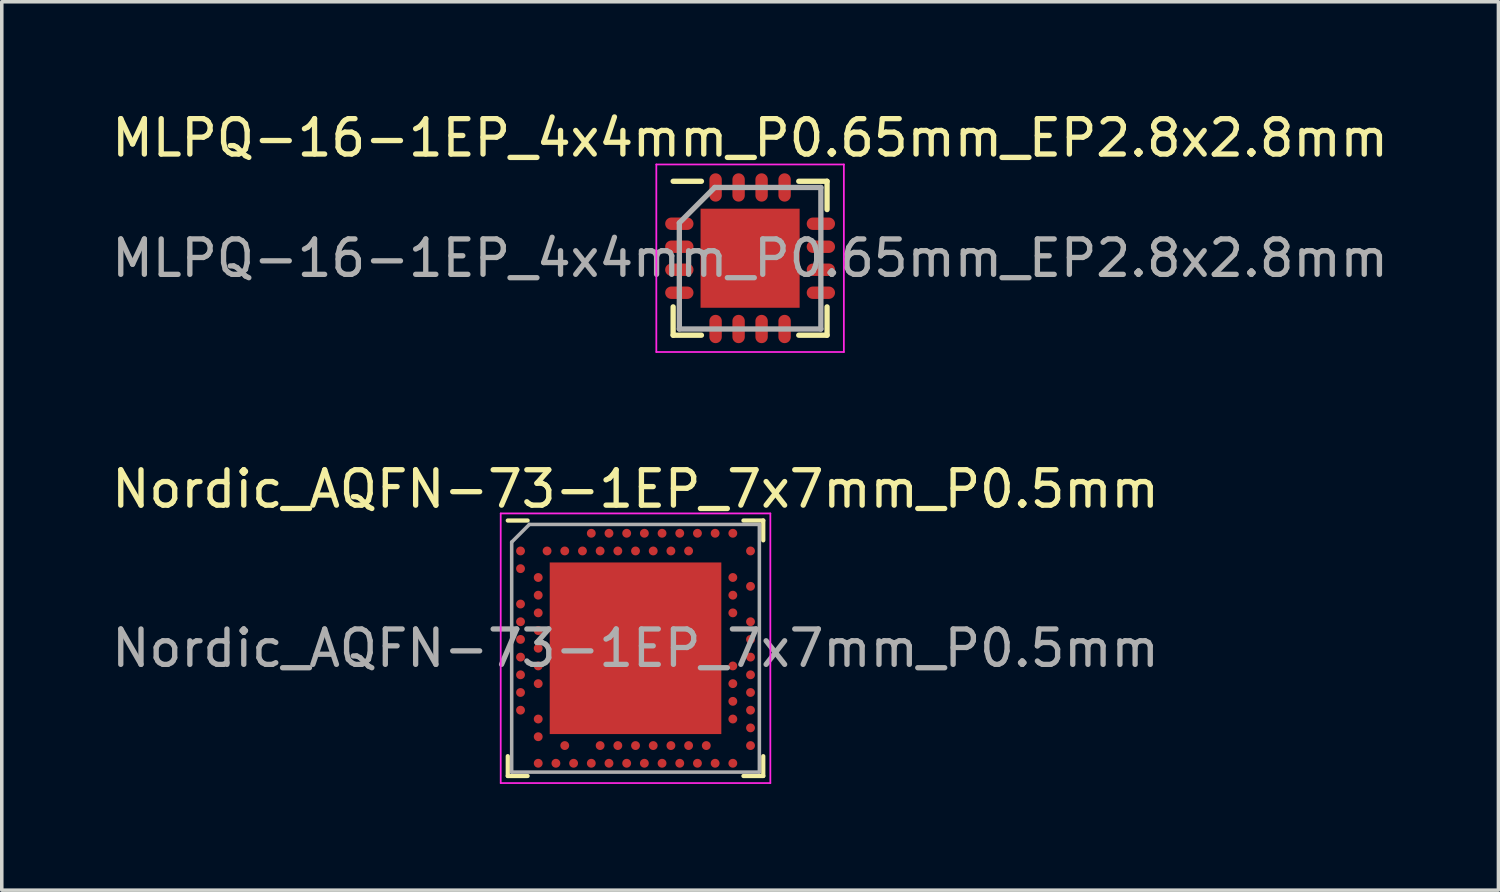
<source format=kicad_pcb>
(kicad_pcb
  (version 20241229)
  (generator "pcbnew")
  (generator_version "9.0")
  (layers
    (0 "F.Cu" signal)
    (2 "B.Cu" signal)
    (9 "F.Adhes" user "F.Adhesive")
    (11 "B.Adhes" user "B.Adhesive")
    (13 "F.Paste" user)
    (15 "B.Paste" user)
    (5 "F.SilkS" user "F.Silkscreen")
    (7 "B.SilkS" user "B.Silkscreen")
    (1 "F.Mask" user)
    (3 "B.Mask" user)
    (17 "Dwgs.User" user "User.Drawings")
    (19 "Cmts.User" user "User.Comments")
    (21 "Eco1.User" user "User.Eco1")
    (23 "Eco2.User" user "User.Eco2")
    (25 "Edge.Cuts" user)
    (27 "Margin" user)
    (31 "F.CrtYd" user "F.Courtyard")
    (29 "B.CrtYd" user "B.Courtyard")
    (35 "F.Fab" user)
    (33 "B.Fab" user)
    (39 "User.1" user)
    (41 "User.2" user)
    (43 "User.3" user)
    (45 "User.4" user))
  (footprint "MLPQ-16-1EP_4x4mm_P0.65mm_EP2.8x2.8mm"
    (layer "F.Cu")
    (at 18.149 4.248)
    (property "Reference" "MLPQ-16-1EP_4x4mm_P0.65mm_EP2.8x2.8mm" (at 0 -3.4 0) (layer "F.SilkS") (effects (font (size 1 1) (thickness 0.15))))
    (attr smd)
    (fp_line (start -2.175 -2.175) (end -1.375 -2.175) (stroke (width 0.15) (type solid)) (layer "F.SilkS"))
    (fp_line (start -2.175 2.175) (end -2.175 1.375) (stroke (width 0.15) (type solid)) (layer "F.SilkS"))
    (fp_line (start -2.175 2.175) (end -1.375 2.175) (stroke (width 0.15) (type solid)) (layer "F.SilkS"))
    (fp_line (start 2.175 -2.175) (end 1.375 -2.175) (stroke (width 0.15) (type solid)) (layer "F.SilkS"))
    (fp_line (start 2.175 -2.175) (end 2.175 -1.375) (stroke (width 0.15) (type solid)) (layer "F.SilkS"))
    (fp_line (start 2.175 2.175) (end 1.375 2.175) (stroke (width 0.15) (type solid)) (layer "F.SilkS"))
    (fp_line (start 2.175 2.175) (end 2.175 1.375) (stroke (width 0.15) (type solid)) (layer "F.SilkS"))
    (fp_line (start -2.65 -2.65) (end -2.65 2.65) (stroke (width 0.05) (type solid)) (layer "F.CrtYd"))
    (fp_line (start -2.65 -2.65) (end 2.65 -2.65) (stroke (width 0.05) (type solid)) (layer "F.CrtYd"))
    (fp_line (start -2.65 2.65) (end 2.65 2.65) (stroke (width 0.05) (type solid)) (layer "F.CrtYd"))
    (fp_line (start 2.65 -2.65) (end 2.65 2.65) (stroke (width 0.05) (type solid)) (layer "F.CrtYd"))
    (fp_line (start -2 -1) (end -1 -2) (stroke (width 0.15) (type solid)) (layer "F.Fab"))
    (fp_line (start -2 2) (end -2 -1) (stroke (width 0.15) (type solid)) (layer "F.Fab"))
    (fp_line (start -1 -2) (end 2 -2) (stroke (width 0.15) (type solid)) (layer "F.Fab"))
    (fp_line (start 2 -2) (end 2 2) (stroke (width 0.15) (type solid)) (layer "F.Fab"))
    (fp_line (start 2 2) (end -2 2) (stroke (width 0.15) (type solid)) (layer "F.Fab"))
    (fp_text user "${REFERENCE}" (at 0 0 0) (layer "F.Fab") (effects (font (size 1 1) (thickness 0.15))))
    (pad "" smd rect (at -0.7 -0.7) (size 1.13 1.13) (layers "F.Paste"))
    (pad "" smd rect (at -0.7 0.7) (size 1.13 1.13) (layers "F.Paste"))
    (pad "" smd rect (at 0.7 -0.7) (size 1.13 1.13) (layers "F.Paste"))
    (pad "" smd rect (at 0.7 0.7) (size 1.13 1.13) (layers "F.Paste"))
    (pad "1" smd oval (at -2 -0.975) (size 0.8 0.35) (layers "F.Cu" "F.Mask" "F.Paste"))
    (pad "2" smd oval (at -2 -0.325) (size 0.8 0.35) (layers "F.Cu" "F.Mask" "F.Paste"))
    (pad "3" smd oval (at -2 0.325) (size 0.8 0.35) (layers "F.Cu" "F.Mask" "F.Paste"))
    (pad "4" smd oval (at -2 0.975) (size 0.8 0.35) (layers "F.Cu" "F.Mask" "F.Paste"))
    (pad "5" smd oval (at -0.975 2 90) (size 0.8 0.35) (layers "F.Cu" "F.Mask" "F.Paste"))
    (pad "6" smd oval (at -0.325 2 90) (size 0.8 0.35) (layers "F.Cu" "F.Mask" "F.Paste"))
    (pad "7" smd oval (at 0.325 2 90) (size 0.8 0.35) (layers "F.Cu" "F.Mask" "F.Paste"))
    (pad "8" smd oval (at 0.975 2 90) (size 0.8 0.35) (layers "F.Cu" "F.Mask" "F.Paste"))
    (pad "9" smd oval (at 2 0.975) (size 0.8 0.35) (layers "F.Cu" "F.Mask" "F.Paste"))
    (pad "10" smd oval (at 2 0.325) (size 0.8 0.35) (layers "F.Cu" "F.Mask" "F.Paste"))
    (pad "11" smd oval (at 2 -0.325) (size 0.8 0.35) (layers "F.Cu" "F.Mask" "F.Paste"))
    (pad "12" smd oval (at 2 -0.975) (size 0.8 0.35) (layers "F.Cu" "F.Mask" "F.Paste"))
    (pad "13" smd oval (at 0.975 -2 90) (size 0.8 0.35) (layers "F.Cu" "F.Mask" "F.Paste"))
    (pad "14" smd oval (at 0.325 -2 90) (size 0.8 0.35) (layers "F.Cu" "F.Mask" "F.Paste"))
    (pad "15" smd oval (at -0.325 -2 90) (size 0.8 0.35) (layers "F.Cu" "F.Mask" "F.Paste"))
    (pad "16" smd oval (at -0.975 -2 90) (size 0.8 0.35) (layers "F.Cu" "F.Mask" "F.Paste"))
    (pad "17" smd rect (at 0 0) (size 2.8 2.8) (layers "F.Cu" "F.Mask")))
  (footprint "Nordic_AQFN-73-1EP_7x7mm_P0.5mm"
    (layer "F.Cu")
    (at 14.911 15.271)
    (property "Reference" "Nordic_AQFN-73-1EP_7x7mm_P0.5mm" (at 0 -4.5 0) (layer "F.SilkS") (effects (font (size 1 1) (thickness 0.15))))
    (attr smd)
    (fp_line (start -3.61 -3.61) (end -3.05 -3.61) (stroke (width 0.12) (type solid)) (layer "F.SilkS"))
    (fp_line (start -3.61 3.61) (end -3.61 3.05) (stroke (width 0.12) (type solid)) (layer "F.SilkS"))
    (fp_line (start -3.61 3.61) (end -3.05 3.61) (stroke (width 0.12) (type solid)) (layer "F.SilkS"))
    (fp_line (start 3.61 -3.61) (end 3.05 -3.61) (stroke (width 0.12) (type solid)) (layer "F.SilkS"))
    (fp_line (start 3.61 -3.61) (end 3.61 -3.05) (stroke (width 0.12) (type solid)) (layer "F.SilkS"))
    (fp_line (start 3.61 3.61) (end 3.05 3.61) (stroke (width 0.12) (type solid)) (layer "F.SilkS"))
    (fp_line (start 3.61 3.61) (end 3.61 3.05) (stroke (width 0.12) (type solid)) (layer "F.SilkS"))
    (fp_line (start -3.81 -3.81) (end 3.81 -3.81) (stroke (width 0.05) (type solid)) (layer "F.CrtYd"))
    (fp_line (start -3.81 3.81) (end -3.81 -3.81) (stroke (width 0.05) (type solid)) (layer "F.CrtYd"))
    (fp_line (start 3.81 -3.81) (end 3.81 3.81) (stroke (width 0.05) (type solid)) (layer "F.CrtYd"))
    (fp_line (start 3.81 3.81) (end -3.81 3.81) (stroke (width 0.05) (type solid)) (layer "F.CrtYd"))
    (fp_line (start -3.5 -3) (end -3.5 3.5) (stroke (width 0.1) (type solid)) (layer "F.Fab"))
    (fp_line (start -3.5 -3) (end -3 -3.5) (stroke (width 0.1) (type solid)) (layer "F.Fab"))
    (fp_line (start -3.5 3.5) (end 3.5 3.5) (stroke (width 0.1) (type solid)) (layer "F.Fab"))
    (fp_line (start -3 -3.5) (end 3.5 -3.5) (stroke (width 0.1) (type solid)) (layer "F.Fab"))
    (fp_line (start 3.5 -3.5) (end 3.5 3.5) (stroke (width 0.1) (type solid)) (layer "F.Fab"))
    (fp_text user "${REFERENCE}" (at 0 0 0) (layer "F.Fab") (effects (font (size 1 1) (thickness 0.15))))
    (pad "" smd rect (at -1.212 -1.212 180) (size 2 2) (layers "F.Paste"))
    (pad "" smd rect (at -1.212 1.212 180) (size 2 2) (layers "F.Paste"))
    (pad "" smd rect (at 1.212 -1.212 180) (size 2 2) (layers "F.Paste"))
    (pad "" smd rect (at 1.212 1.212 180) (size 2 2) (layers "F.Paste"))
    (pad "A8" smd circle (at -1.25 -3.25 180) (size 0.25 0.25) (layers "F.Cu" "F.Mask" "F.Paste"))
    (pad "A10" smd circle (at -0.75 -3.25 180) (size 0.25 0.25) (layers "F.Cu" "F.Mask" "F.Paste"))
    (pad "A12" smd circle (at -0.25 -3.25 180) (size 0.25 0.25) (layers "F.Cu" "F.Mask" "F.Paste"))
    (pad "A14" smd circle (at 0.25 -3.25 180) (size 0.25 0.25) (layers "F.Cu" "F.Mask" "F.Paste"))
    (pad "A16" smd circle (at 0.75 -3.25 180) (size 0.25 0.25) (layers "F.Cu" "F.Mask" "F.Paste"))
    (pad "A18" smd circle (at 1.25 -3.25 180) (size 0.25 0.25) (layers "F.Cu" "F.Mask" "F.Paste"))
    (pad "A20" smd circle (at 1.75 -3.25 180) (size 0.25 0.25) (layers "F.Cu" "F.Mask" "F.Paste"))
    (pad "A22" smd circle (at 2.25 -3.25 180) (size 0.25 0.25) (layers "F.Cu" "F.Mask" "F.Paste"))
    (pad "A23" smd circle (at 2.75 -3.25 180) (size 0.25 0.25) (layers "F.Cu" "F.Mask" "F.Paste"))
    (pad "AA24" smd circle (at 3.25 2.25 180) (size 0.25 0.25) (layers "F.Cu" "F.Mask" "F.Paste"))
    (pad "AB2" smd circle (at -2.75 2.5 180) (size 0.25 0.25) (layers "F.Cu" "F.Mask" "F.Paste"))
    (pad "AC5" smd circle (at -2 2.75 180) (size 0.25 0.25) (layers "F.Cu" "F.Mask" "F.Paste"))
    (pad "AC9" smd circle (at -1 2.75 180) (size 0.25 0.25) (layers "F.Cu" "F.Mask" "F.Paste"))
    (pad "AC11" smd circle (at -0.5 2.75 180) (size 0.25 0.25) (layers "F.Cu" "F.Mask" "F.Paste"))
    (pad "AC13" smd circle (at 0 2.75 180) (size 0.25 0.25) (layers "F.Cu" "F.Mask" "F.Paste"))
    (pad "AC15" smd circle (at 0.5 2.75 180) (size 0.25 0.25) (layers "F.Cu" "F.Mask" "F.Paste"))
    (pad "AC17" smd circle (at 1 2.75 180) (size 0.25 0.25) (layers "F.Cu" "F.Mask" "F.Paste"))
    (pad "AC19" smd circle (at 1.5 2.75 180) (size 0.25 0.25) (layers "F.Cu" "F.Mask" "F.Paste"))
    (pad "AC21" smd circle (at 2 2.75 180) (size 0.25 0.25) (layers "F.Cu" "F.Mask" "F.Paste"))
    (pad "AC24" smd circle (at 3.25 2.75 180) (size 0.25 0.25) (layers "F.Cu" "F.Mask" "F.Paste"))
    (pad "AD2" smd circle (at -2.75 3.25 180) (size 0.25 0.25) (layers "F.Cu" "F.Mask" "F.Paste"))
    (pad "AD4" smd circle (at -2.25 3.25 180) (size 0.25 0.25) (layers "F.Cu" "F.Mask" "F.Paste"))
    (pad "AD6" smd circle (at -1.75 3.25 180) (size 0.25 0.25) (layers "F.Cu" "F.Mask" "F.Paste"))
    (pad "AD8" smd circle (at -1.25 3.25 180) (size 0.25 0.25) (layers "F.Cu" "F.Mask" "F.Paste"))
    (pad "AD10" smd circle (at -0.75 3.25 180) (size 0.25 0.25) (layers "F.Cu" "F.Mask" "F.Paste"))
    (pad "AD12" smd circle (at -0.25 3.25 180) (size 0.25 0.25) (layers "F.Cu" "F.Mask" "F.Paste"))
    (pad "AD14" smd circle (at 0.25 3.25 180) (size 0.25 0.25) (layers "F.Cu" "F.Mask" "F.Paste"))
    (pad "AD16" smd circle (at 0.75 3.25 180) (size 0.25 0.25) (layers "F.Cu" "F.Mask" "F.Paste"))
    (pad "AD18" smd circle (at 1.25 3.25 180) (size 0.25 0.25) (layers "F.Cu" "F.Mask" "F.Paste"))
    (pad "AD20" smd circle (at 1.75 3.25 180) (size 0.25 0.25) (layers "F.Cu" "F.Mask" "F.Paste"))
    (pad "AD22" smd circle (at 2.25 3.25 180) (size 0.25 0.25) (layers "F.Cu" "F.Mask" "F.Paste"))
    (pad "AD23" smd circle (at 2.75 3.25 180) (size 0.25 0.25) (layers "F.Cu" "F.Mask" "F.Paste"))
    (pad "B1" smd circle (at -3.25 -2.75 180) (size 0.25 0.25) (layers "F.Cu" "F.Mask" "F.Paste"))
    (pad "B3" smd circle (at -2.5 -2.75 180) (size 0.25 0.25) (layers "F.Cu" "F.Mask" "F.Paste"))
    (pad "B5" smd circle (at -2 -2.75 180) (size 0.25 0.25) (layers "F.Cu" "F.Mask" "F.Paste"))
    (pad "B7" smd circle (at -1.5 -2.75 180) (size 0.25 0.25) (layers "F.Cu" "F.Mask" "F.Paste"))
    (pad "B9" smd circle (at -1 -2.75 180) (size 0.25 0.25) (layers "F.Cu" "F.Mask" "F.Paste"))
    (pad "B11" smd circle (at -0.5 -2.75 180) (size 0.25 0.25) (layers "F.Cu" "F.Mask" "F.Paste"))
    (pad "B13" smd circle (at 0 -2.75 180) (size 0.25 0.25) (layers "F.Cu" "F.Mask" "F.Paste"))
    (pad "B15" smd circle (at 0.5 -2.75 180) (size 0.25 0.25) (layers "F.Cu" "F.Mask" "F.Paste"))
    (pad "B17" smd circle (at 1 -2.75 180) (size 0.25 0.25) (layers "F.Cu" "F.Mask" "F.Paste"))
    (pad "B19" smd circle (at 1.5 -2.75 180) (size 0.25 0.25) (layers "F.Cu" "F.Mask" "F.Paste"))
    (pad "B24" smd circle (at 3.25 -2.75 180) (size 0.25 0.25) (layers "F.Cu" "F.Mask" "F.Paste"))
    (pad "C1" smd circle (at -3.25 -2.25 180) (size 0.25 0.25) (layers "F.Cu" "F.Mask" "F.Paste"))
    (pad "D2" smd circle (at -2.75 -2 180) (size 0.25 0.25) (layers "F.Cu" "F.Mask" "F.Paste"))
    (pad "D23" smd circle (at 2.75 -2 180) (size 0.25 0.25) (layers "F.Cu" "F.Mask" "F.Paste"))
    (pad "E24" smd circle (at 3.25 -1.75 180) (size 0.25 0.25) (layers "F.Cu" "F.Mask" "F.Paste"))
    (pad "EP" smd rect (at 0 0 180) (size 4.85 4.85) (layers "F.Cu" "F.Mask"))
    (pad "F2" smd circle (at -2.75 -1.5 180) (size 0.25 0.25) (layers "F.Cu" "F.Mask" "F.Paste"))
    (pad "F23" smd circle (at 2.75 -1.5 180) (size 0.25 0.25) (layers "F.Cu" "F.Mask" "F.Paste"))
    (pad "G1" smd circle (at -3.25 -1.25 180) (size 0.25 0.25) (layers "F.Cu" "F.Mask" "F.Paste"))
    (pad "H2" smd circle (at -2.75 -1 180) (size 0.25 0.25) (layers "F.Cu" "F.Mask" "F.Paste"))
    (pad "H23" smd circle (at 2.75 -1 180) (size 0.25 0.25) (layers "F.Cu" "F.Mask" "F.Paste"))
    (pad "J1" smd circle (at -3.25 -0.75 180) (size 0.25 0.25) (layers "F.Cu" "F.Mask" "F.Paste"))
    (pad "J24" smd circle (at 3.25 -0.75 180) (size 0.25 0.25) (layers "F.Cu" "F.Mask" "F.Paste"))
    (pad "K2" smd circle (at -2.75 -0.5 180) (size 0.25 0.25) (layers "F.Cu" "F.Mask" "F.Paste"))
    (pad "L1" smd circle (at -3.25 -0.25 180) (size 0.25 0.25) (layers "F.Cu" "F.Mask" "F.Paste"))
    (pad "L24" smd circle (at 3.25 -0.25 180) (size 0.25 0.25) (layers "F.Cu" "F.Mask" "F.Paste"))
    (pad "M2" smd circle (at -2.75 0 180) (size 0.25 0.25) (layers "F.Cu" "F.Mask" "F.Paste"))
    (pad "N1" smd circle (at -3.25 0.25 180) (size 0.25 0.25) (layers "F.Cu" "F.Mask" "F.Paste"))
    (pad "N24" smd circle (at 3.25 0.25 180) (size 0.25 0.25) (layers "F.Cu" "F.Mask" "F.Paste"))
    (pad "P2" smd circle (at -2.75 0.5 180) (size 0.25 0.25) (layers "F.Cu" "F.Mask" "F.Paste"))
    (pad "P23" smd circle (at 2.75 0.5 180) (size 0.25 0.25) (layers "F.Cu" "F.Mask" "F.Paste"))
    (pad "R1" smd circle (at -3.25 0.75 180) (size 0.25 0.25) (layers "F.Cu" "F.Mask" "F.Paste"))
    (pad "R24" smd circle (at 3.25 0.75 180) (size 0.25 0.25) (layers "F.Cu" "F.Mask" "F.Paste"))
    (pad "T2" smd circle (at -2.75 1 180) (size 0.25 0.25) (layers "F.Cu" "F.Mask" "F.Paste"))
    (pad "T23" smd circle (at 2.75 1 180) (size 0.25 0.25) (layers "F.Cu" "F.Mask" "F.Paste"))
    (pad "U1" smd circle (at -3.25 1.25 180) (size 0.25 0.25) (layers "F.Cu" "F.Mask" "F.Paste"))
    (pad "U24" smd circle (at 3.25 1.25 180) (size 0.25 0.25) (layers "F.Cu" "F.Mask" "F.Paste"))
    (pad "V23" smd circle (at 2.75 1.5 180) (size 0.25 0.25) (layers "F.Cu" "F.Mask" "F.Paste"))
    (pad "W1" smd circle (at -3.25 1.75 180) (size 0.25 0.25) (layers "F.Cu" "F.Mask" "F.Paste"))
    (pad "W24" smd circle (at 3.25 1.75 180) (size 0.25 0.25) (layers "F.Cu" "F.Mask" "F.Paste"))
    (pad "Y2" smd circle (at -2.75 2 180) (size 0.25 0.25) (layers "F.Cu" "F.Mask" "F.Paste"))
    (pad "Y23" smd circle (at 2.75 2 180) (size 0.25 0.25) (layers "F.Cu" "F.Mask" "F.Paste")))
  (gr_rect
    (start -3 -3)
    (end 39.298 22.107)
    (stroke (width 0.1) (type default))
    (fill no)
    (layer "Edge.Cuts")))
</source>
